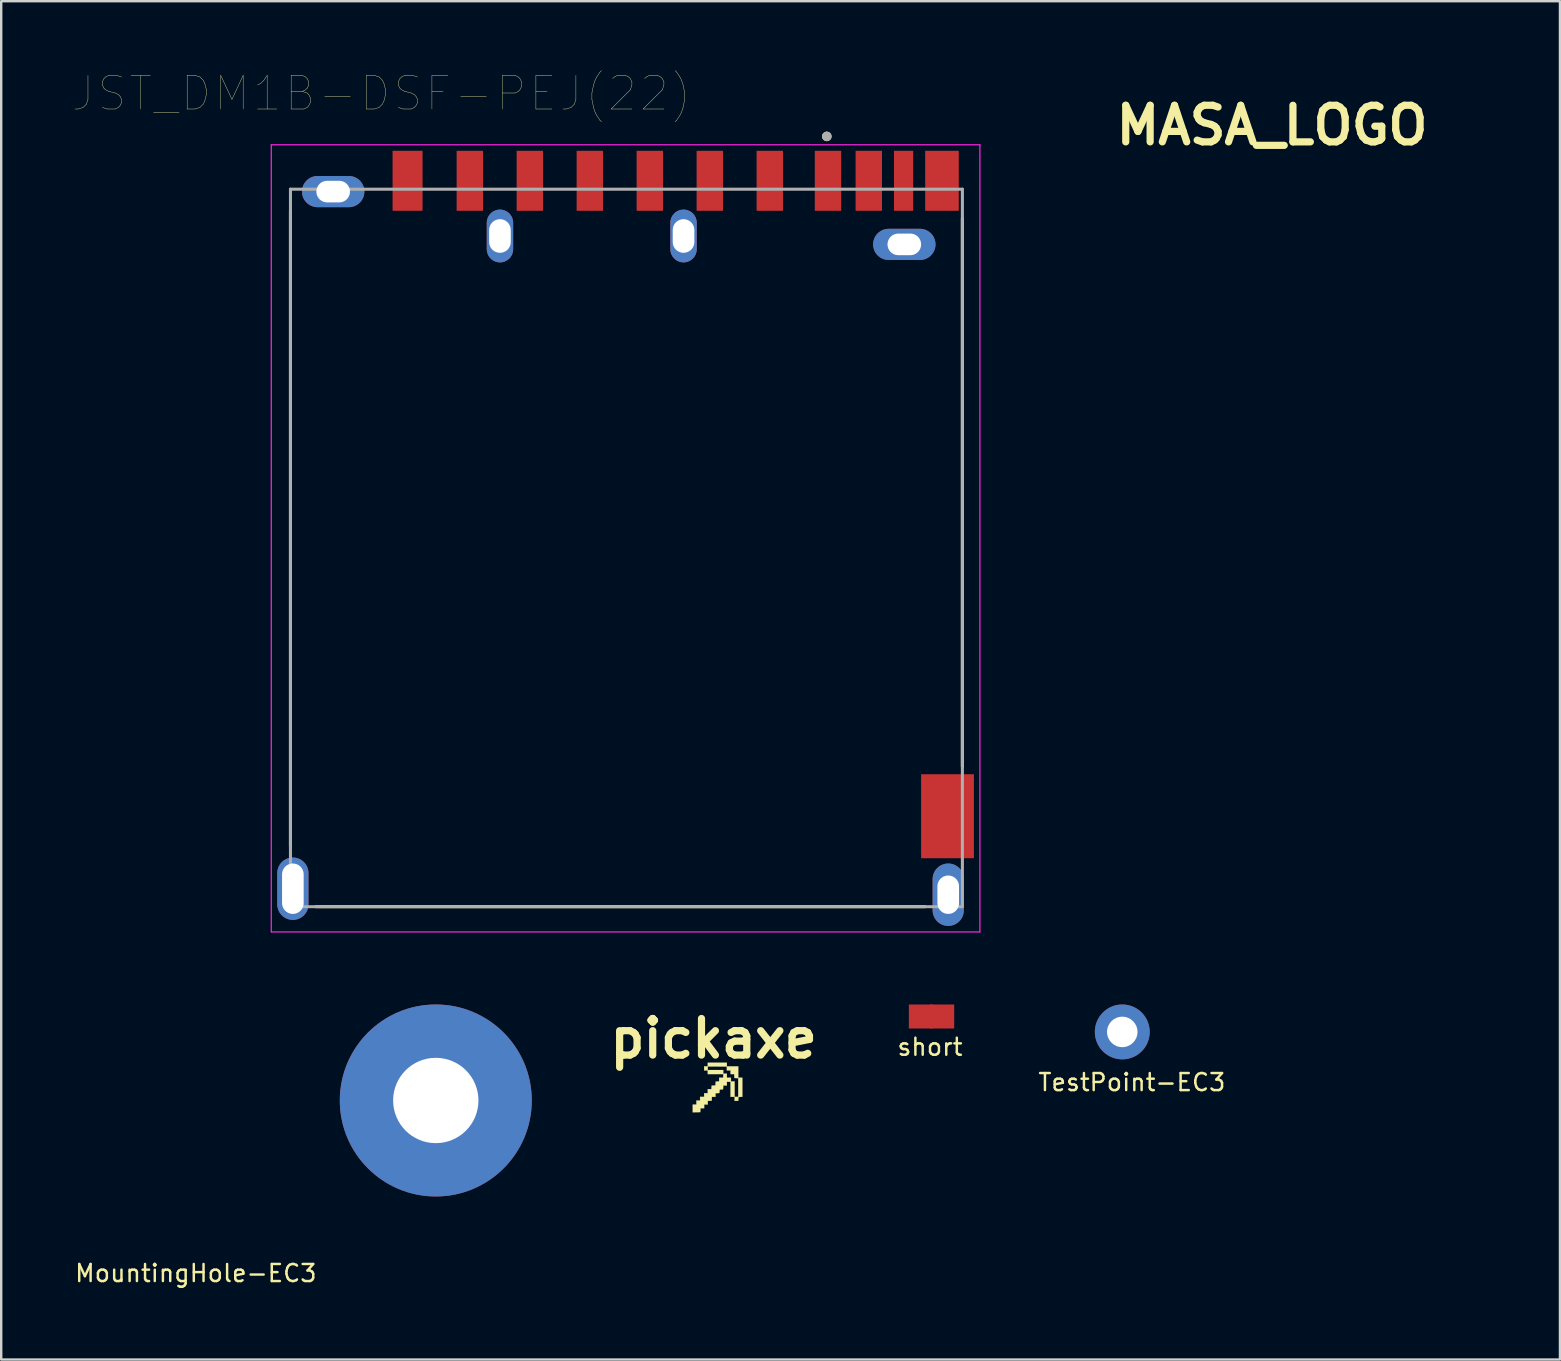
<source format=kicad_pcb>
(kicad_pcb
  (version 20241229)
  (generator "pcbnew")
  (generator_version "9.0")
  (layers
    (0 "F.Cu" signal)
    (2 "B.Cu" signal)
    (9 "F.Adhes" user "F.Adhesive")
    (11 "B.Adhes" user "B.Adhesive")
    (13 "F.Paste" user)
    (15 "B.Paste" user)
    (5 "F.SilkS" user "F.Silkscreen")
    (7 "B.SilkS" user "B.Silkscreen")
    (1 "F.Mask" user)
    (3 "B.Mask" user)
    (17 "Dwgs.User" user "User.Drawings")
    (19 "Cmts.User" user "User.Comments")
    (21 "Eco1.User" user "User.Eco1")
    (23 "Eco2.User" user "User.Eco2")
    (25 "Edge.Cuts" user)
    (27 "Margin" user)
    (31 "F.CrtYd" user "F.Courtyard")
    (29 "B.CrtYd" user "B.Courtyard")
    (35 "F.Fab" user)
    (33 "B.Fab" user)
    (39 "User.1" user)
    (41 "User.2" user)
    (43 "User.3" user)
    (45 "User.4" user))
  (footprint "TestPoint-EC3"
    (layer "F.Cu")
    (at 43.717 39.952)
    (property "Reference" "TestPoint-EC3" (at 0.4 2.1 0) (layer "F.SilkS") (effects (font (size 0.711 0.711) (thickness 0.102))))
    (attr through_hole)
    (pad "1" thru_hole circle (at 0 0) (size 2.286 2.286) (drill 1.27) (layers "*.Cu" "*.Mask")))
  (footprint "pickaxe"
    (layer "F.Cu")
    (at 26.766 42.183)
    (property "Reference" "pickaxe" (at -0.076 -1.956 0) (layer "F.SilkS") (effects (font (size 1.524 1.524) (thickness 0.3))))
    (attr through_hole)
    (fp_poly (pts (xy 0.474 -0.796) (xy 0.948 -0.796) (xy 0.948 -0.322) (xy 1.118 -0.322) (xy 1.118 0.472) (xy 1.037 0.477) (xy 0.957 0.483) (xy 0.952 0.563) (xy 0.946 0.643) (xy 0.796 0.643) (xy 0.796 0.474) (xy 0.627 0.474) (xy 0.627 -0.152) (xy 0.474 -0.152) (xy 0.474 0) (xy 0.324 0) (xy 0.313 0.161) (xy 0.242 0.166) (xy 0.197 0.171) (xy 0.176 0.184) (xy 0.168 0.215) (xy 0.166 0.242) (xy 0.161 0.313) (xy 0 0.324) (xy 0 0.474) (xy -0.151 0.474) (xy -0.161 0.635) (xy -0.241 0.64) (xy -0.322 0.645) (xy -0.322 0.796) (xy -0.474 0.796) (xy -0.474 0.948) (xy -0.625 0.948) (xy -0.63 1.029) (xy -0.635 1.109) (xy -0.792 1.114) (xy -0.948 1.119) (xy -0.948 0.796) (xy -0.796 0.796) (xy -0.796 0.627) (xy -0.643 0.627) (xy -0.643 0.474) (xy -0.474 0.474) (xy -0.474 0.322) (xy -0.322 0.322) (xy -0.322 0.152) (xy -0.171 0.152) (xy -0.161 0.008) (xy -0.081 0.003) (xy -0.002 -0.002) (xy 0.003 -0.081) (xy 0.008 -0.161) (xy 0.08 -0.166) (xy 0.152 -0.171) (xy 0.152 -0.247) (xy 0.152 -0.322) (xy 0.322 -0.322) (xy 0.322 -0.474) (xy -0.322 -0.474) (xy -0.322 -0.627) (xy -0.474 -0.627) (xy -0.474 -0.643) (xy -0.322 -0.643) (xy 0.322 -0.643) (xy 0.322 -0.491) (xy 0.474 -0.491) (xy 0.474 -0.322) (xy 0.643 -0.322) (xy 0.643 -0.169) (xy 0.796 -0.169) (xy 0.796 0.474) (xy 0.948 0.474) (xy 0.948 -0.303) (xy 0.868 -0.308) (xy 0.787 -0.313) (xy 0.782 -0.394) (xy 0.777 -0.474) (xy 0.627 -0.474) (xy 0.627 -0.627) (xy 0.474 -0.627) (xy 0.474 -0.707) (xy 0.474 -0.787) (xy 0.076 -0.79) (xy -0.322 -0.793) (xy -0.322 -0.643) (xy -0.474 -0.643) (xy -0.474 -0.796) (xy -0.322 -0.796) (xy -0.322 -0.948) (xy 0.474 -0.948) (xy 0.474 -0.796)) (stroke (width 0.01) (type solid)) (fill yes) (layer "F.SilkS")))
  (footprint "short"
    (layer "F.Cu")
    (at 35.705 39.309)
    (property "Reference" "short" (at 0 1.27 0) (layer "F.SilkS") (effects (font (size 0.711 0.711) (thickness 0.102))))
    (attr through_hole)
    (pad "1" smd rect (at -0.381 0) (size 1 1) (layers "F.Cu" "F.Mask" "F.Paste"))
    (pad "2" smd rect (at 0.508 0) (size 1 1) (layers "F.Cu" "F.Mask" "F.Paste")))
  (footprint "MountingHole-EC3"
    (layer "F.Cu")
    (at 15.11 42.809)
    (property "Reference" "MountingHole-EC3" (at -10 7.2 0) (layer "F.SilkS") (effects (font (size 0.711 0.711) (thickness 0.102))))
    (attr through_hole)
    (pad "1" thru_hole circle (at 0 0) (size 8 8) (drill 3.556) (layers "*.Cu" "*.Mask")))
  (footprint "MASA_LOGO"
    (layer "F.Cu")
    (at 49.958 2.172)
    (property "Reference" "MASA_LOGO" (at 0 0 0) (layer "F.SilkS") (effects (font (size 1.524 1.524) (thickness 0.3))))
    (attr through_hole)
    (fp_poly (pts (xy -0.406 -2.101) (xy -0.215 -2.015) (xy -0.18 -1.986) (xy -0.125 -1.893) (xy -0.036 -1.697) (xy 0.082 -1.411) (xy 0.222 -1.053) (xy 0.378 -0.637) (xy 0.544 -0.179) (xy 0.565 -0.12) (xy 1.183 1.619) (xy 0.836 1.639) (xy 0.635 1.641) (xy 0.488 1.625) (xy 0.442 1.607) (xy 0.408 1.535) (xy 0.339 1.36) (xy 0.241 1.1) (xy 0.12 0.77) (xy -0.018 0.389) (xy -0.121 0.099) (xy -0.266 -0.31) (xy -0.401 -0.679) (xy -0.519 -0.992) (xy -0.613 -1.232) (xy -0.676 -1.381) (xy -0.698 -1.422) (xy -0.787 -1.448) (xy -0.818 -1.426) (xy -0.854 -1.351) (xy -0.925 -1.174) (xy -1.025 -0.91) (xy -1.147 -0.577) (xy -1.286 -0.192) (xy -1.404 0.143) (xy -1.935 1.651) (xy -2.301 1.651) (xy -2.497 1.644) (xy -2.63 1.624) (xy -2.667 1.603) (xy -2.646 1.527) (xy -2.588 1.35) (xy -2.499 1.092) (xy -2.387 0.771) (xy -2.258 0.405) (xy -2.118 0.015) (xy -1.976 -0.382) (xy -1.836 -0.766) (xy -1.707 -1.119) (xy -1.594 -1.422) (xy -1.506 -1.656) (xy -1.447 -1.802) (xy -1.432 -1.835) (xy -1.305 -1.989) (xy -1.145 -2.095) (xy -0.92 -2.146) (xy -0.657 -2.146) (xy -0.406 -2.101)) (stroke (width 0.01) (type solid)) (fill yes) (layer "F.Mask"))
    (fp_poly (pts (xy 7.405 -2.101) (xy 7.596 -2.015) (xy 7.631 -1.986) (xy 7.685 -1.893) (xy 7.775 -1.697) (xy 7.892 -1.411) (xy 8.032 -1.053) (xy 8.189 -0.637) (xy 8.354 -0.179) (xy 8.376 -0.12) (xy 8.993 1.619) (xy 8.647 1.639) (xy 8.446 1.641) (xy 8.299 1.625) (xy 8.252 1.607) (xy 8.218 1.535) (xy 8.149 1.36) (xy 8.051 1.1) (xy 7.93 0.77) (xy 7.793 0.389) (xy 7.69 0.099) (xy 7.544 -0.31) (xy 7.409 -0.679) (xy 7.292 -0.992) (xy 7.198 -1.232) (xy 7.135 -1.381) (xy 7.112 -1.422) (xy 7.023 -1.448) (xy 6.992 -1.426) (xy 6.957 -1.351) (xy 6.886 -1.174) (xy 6.786 -0.91) (xy 6.663 -0.577) (xy 6.524 -0.192) (xy 6.406 0.143) (xy 5.876 1.651) (xy 5.51 1.651) (xy 5.313 1.644) (xy 5.18 1.624) (xy 5.144 1.603) (xy 5.165 1.527) (xy 5.223 1.35) (xy 5.311 1.092) (xy 5.424 0.771) (xy 5.553 0.405) (xy 5.692 0.015) (xy 5.835 -0.382) (xy 5.974 -0.766) (xy 6.104 -1.119) (xy 6.216 -1.422) (xy 6.305 -1.656) (xy 6.364 -1.802) (xy 6.379 -1.835) (xy 6.505 -1.989) (xy 6.665 -2.095) (xy 6.891 -2.146) (xy 7.153 -2.146) (xy 7.405 -2.101)) (stroke (width 0.01) (type solid)) (fill yes) (layer "F.Mask"))
    (fp_poly (pts (xy 4.572 -1.46) (xy 2.422 -1.46) (xy 2.291 -1.293) (xy 2.184 -1.128) (xy 2.175 -0.993) (xy 2.263 -0.838) (xy 2.286 -0.809) (xy 2.343 -0.743) (xy 2.409 -0.698) (xy 2.506 -0.667) (xy 2.66 -0.648) (xy 2.891 -0.636) (xy 3.225 -0.626) (xy 3.254 -0.625) (xy 3.617 -0.613) (xy 3.879 -0.595) (xy 4.065 -0.569) (xy 4.202 -0.53) (xy 4.311 -0.476) (xy 4.547 -0.305) (xy 4.698 -0.103) (xy 4.782 0.16) (xy 4.813 0.464) (xy 4.803 0.837) (xy 4.727 1.118) (xy 4.575 1.331) (xy 4.335 1.498) (xy 4.316 1.508) (xy 4.21 1.558) (xy 4.102 1.595) (xy 3.972 1.621) (xy 3.799 1.637) (xy 3.561 1.646) (xy 3.236 1.65) (xy 2.844 1.651) (xy 1.651 1.651) (xy 1.651 0.953) (xy 2.762 0.953) (xy 3.166 0.952) (xy 3.463 0.947) (xy 3.671 0.938) (xy 3.812 0.921) (xy 3.904 0.894) (xy 3.967 0.856) (xy 4 0.826) (xy 4.111 0.636) (xy 4.104 0.424) (xy 4.006 0.245) (xy 3.951 0.185) (xy 3.882 0.143) (xy 3.777 0.113) (xy 3.614 0.093) (xy 3.371 0.078) (xy 3.024 0.064) (xy 3.001 0.064) (xy 2.647 0.05) (xy 2.394 0.034) (xy 2.218 0.013) (xy 2.094 -0.019) (xy 1.997 -0.066) (xy 1.901 -0.133) (xy 1.89 -0.142) (xy 1.681 -0.371) (xy 1.54 -0.668) (xy 1.471 -0.999) (xy 1.481 -1.326) (xy 1.576 -1.614) (xy 1.63 -1.699) (xy 1.739 -1.839) (xy 1.843 -1.944) (xy 1.96 -2.021) (xy 2.111 -2.074) (xy 2.315 -2.108) (xy 2.591 -2.128) (xy 2.959 -2.14) (xy 3.338 -2.147) (xy 4.572 -2.167) (xy 4.572 -1.46)) (stroke (width 0.01) (type solid)) (fill yes) (layer "F.Mask"))
    (fp_poly (pts (xy -3.831 -2.139) (xy -3.543 -2.038) (xy -3.297 -1.857) (xy -3.175 -1.699) (xy -3.135 -1.627) (xy -3.105 -1.543) (xy -3.083 -1.432) (xy -3.067 -1.276) (xy -3.057 -1.059) (xy -3.051 -0.764) (xy -3.049 -0.374) (xy -3.048 0.079) (xy -3.048 1.651) (xy -3.81 1.651) (xy -3.81 0.167) (xy -3.811 -0.314) (xy -3.815 -0.684) (xy -3.822 -0.957) (xy -3.834 -1.15) (xy -3.852 -1.278) (xy -3.876 -1.356) (xy -3.908 -1.399) (xy -3.911 -1.401) (xy -3.986 -1.447) (xy -4.058 -1.443) (xy -4.132 -1.378) (xy -4.213 -1.242) (xy -4.309 -1.022) (xy -4.424 -0.709) (xy -4.566 -0.291) (xy -4.651 -0.031) (xy -4.782 0.364) (xy -4.907 0.724) (xy -5.019 1.028) (xy -5.111 1.257) (xy -5.175 1.392) (xy -5.19 1.414) (xy -5.442 1.602) (xy -5.751 1.699) (xy -6.082 1.699) (xy -6.402 1.597) (xy -6.413 1.591) (xy -6.564 1.501) (xy -6.679 1.4) (xy -6.765 1.271) (xy -6.825 1.095) (xy -6.865 0.855) (xy -6.89 0.534) (xy -6.905 0.113) (xy -6.91 -0.172) (xy -6.918 -0.594) (xy -6.927 -0.907) (xy -6.938 -1.127) (xy -6.954 -1.272) (xy -6.976 -1.36) (xy -7.008 -1.406) (xy -7.05 -1.429) (xy -7.06 -1.432) (xy -7.192 -1.438) (xy -7.253 -1.408) (xy -7.291 -1.333) (xy -7.364 -1.154) (xy -7.466 -0.889) (xy -7.589 -0.556) (xy -7.727 -0.171) (xy -7.836 0.138) (xy -8.355 1.619) (xy -8.75 1.638) (xy -8.954 1.641) (xy -9.097 1.631) (xy -9.144 1.611) (xy -9.123 1.538) (xy -9.066 1.364) (xy -8.978 1.108) (xy -8.868 0.79) (xy -8.74 0.428) (xy -8.603 0.041) (xy -8.462 -0.353) (xy -8.325 -0.734) (xy -8.198 -1.084) (xy -8.089 -1.383) (xy -8.002 -1.613) (xy -7.947 -1.755) (xy -7.932 -1.788) (xy -7.773 -1.964) (xy -7.529 -2.093) (xy -7.239 -2.155) (xy -7.156 -2.159) (xy -6.812 -2.114) (xy -6.526 -1.97) (xy -6.35 -1.811) (xy -6.294 -1.747) (xy -6.252 -1.679) (xy -6.223 -1.588) (xy -6.203 -1.454) (xy -6.191 -1.257) (xy -6.183 -0.977) (xy -6.176 -0.594) (xy -6.175 -0.487) (xy -6.167 -0.028) (xy -6.158 0.32) (xy -6.145 0.573) (xy -6.126 0.747) (xy -6.099 0.859) (xy -6.061 0.924) (xy -6.009 0.958) (xy -5.968 0.971) (xy -5.897 0.978) (xy -5.833 0.952) (xy -5.769 0.877) (xy -5.697 0.741) (xy -5.613 0.531) (xy -5.508 0.233) (xy -5.378 -0.166) (xy -5.299 -0.413) (xy -5.179 -0.785) (xy -5.066 -1.127) (xy -4.967 -1.414) (xy -4.891 -1.625) (xy -4.846 -1.733) (xy -4.668 -1.957) (xy -4.421 -2.1) (xy -4.133 -2.16) (xy -3.831 -2.139)) (stroke (width 0.01) (type solid)) (fill yes) (layer "F.Mask")))
  (footprint "JST_DM1B-DSF-PEJ(22)"
    (layer "F.Cu")
    (at 23.404 5.734)
    (property "Reference" "JST_DM1B-DSF-PEJ(22)" (at -10.555 -4.889 0) (layer "F.SilkS") (effects (font (size 1.4 1.4) (thickness 0.015))))
    (attr through_hole)
    (fp_line (start -14.35 0) (end -14.35 26.5) (stroke (width 0.127) (type solid)) (layer "F.SilkS"))
    (fp_line (start -13.28 29) (end 12.09 29) (stroke (width 0.127) (type solid)) (layer "F.SilkS"))
    (fp_line (start 13.65 23.16) (end 13.65 0.32) (stroke (width 0.127) (type solid)) (layer "F.SilkS"))
    (fp_circle (center 8 -3.1) (end 8.1 -3.1) (stroke (width 0.2) (type solid)) (fill no) (layer "F.SilkS"))
    (fp_line (start -15.15 -2.75) (end 14.38 -2.75) (stroke (width 0.05) (type solid)) (layer "F.CrtYd"))
    (fp_line (start -15.15 30.05) (end -15.15 -2.75) (stroke (width 0.05) (type solid)) (layer "F.CrtYd"))
    (fp_line (start 14.38 -2.75) (end 14.38 30.05) (stroke (width 0.05) (type solid)) (layer "F.CrtYd"))
    (fp_line (start 14.38 30.05) (end -15.15 30.05) (stroke (width 0.05) (type solid)) (layer "F.CrtYd"))
    (fp_line (start -14.35 -0.9) (end -14.35 29) (stroke (width 0.127) (type solid)) (layer "F.Fab"))
    (fp_line (start -14.35 29) (end 13.65 29) (stroke (width 0.127) (type solid)) (layer "F.Fab"))
    (fp_line (start 13.65 -0.9) (end -14.35 -0.9) (stroke (width 0.127) (type solid)) (layer "F.Fab"))
    (fp_line (start 13.65 29) (end 13.65 -0.9) (stroke (width 0.127) (type solid)) (layer "F.Fab"))
    (fp_circle (center 8 -3.1) (end 8.1 -3.1) (stroke (width 0.2) (type solid)) (fill no) (layer "F.Fab"))
    (pad "1" smd rect (at 8.05 -1.25) (size 1.1 2.5) (layers "F.Cu" "F.Mask" "F.Paste"))
    (pad "2" smd rect (at 5.625 -1.25) (size 1.1 2.5) (layers "F.Cu" "F.Mask" "F.Paste"))
    (pad "3" smd rect (at 3.125 -1.25) (size 1.1 2.5) (layers "F.Cu" "F.Mask" "F.Paste"))
    (pad "4" smd rect (at 0.625 -1.25) (size 1.1 2.5) (layers "F.Cu" "F.Mask" "F.Paste"))
    (pad "5" smd rect (at -1.875 -1.25) (size 1.1 2.5) (layers "F.Cu" "F.Mask" "F.Paste"))
    (pad "6" smd rect (at -4.375 -1.25) (size 1.1 2.5) (layers "F.Cu" "F.Mask" "F.Paste"))
    (pad "7" smd rect (at -6.875 -1.25) (size 1.1 2.5) (layers "F.Cu" "F.Mask" "F.Paste"))
    (pad "8" smd rect (at -9.47 -1.25) (size 1.25 2.5) (layers "F.Cu" "F.Mask" "F.Paste"))
    (pad "9" smd rect (at 9.75 -1.25) (size 1.1 2.5) (layers "F.Cu" "F.Mask" "F.Paste"))
    (pad "10" smd rect (at 11.2 -1.25) (size 0.8 2.5) (layers "F.Cu" "F.Mask" "F.Paste"))
    (pad "11" smd rect (at 12.8 -1.25) (size 1.4 2.5) (layers "F.Cu" "F.Mask" "F.Paste"))
    (pad "12" smd rect (at 13.03 25.23) (size 2.2 3.5) (layers "F.Cu" "F.Mask" "F.Paste"))
    (pad "S1" thru_hole oval (at -12.57 -0.8) (size 2.6 1.3) (drill oval 1.4 0.9) (layers "*.Cu" "*.Mask"))
    (pad "S2" thru_hole oval (at -5.62 1.05) (size 1.1 2.2) (drill oval 0.9 1.4) (layers "*.Cu" "*.Mask"))
    (pad "S3" thru_hole oval (at 2.03 1.05) (size 1.1 2.2) (drill oval 0.9 1.4) (layers "*.Cu" "*.Mask"))
    (pad "S4" thru_hole oval (at 11.23 1.4) (size 2.6 1.3) (drill oval 1.4 0.9) (layers "*.Cu" "*.Mask"))
    (pad "S5" thru_hole oval (at -14.25 28.25) (size 1.3 2.6) (drill oval 0.9 2.1) (layers "*.Cu" "*.Mask"))
    (pad "S6" thru_hole oval (at 13.06 28.5) (size 1.3 2.6) (drill oval 0.9 1.6) (layers "*.Cu" "*.Mask")))
  (gr_rect
    (start -3 -3)
    (end 61.956 53.604)
    (stroke (width 0.1) (type default))
    (fill no)
    (layer "Edge.Cuts")))
</source>
